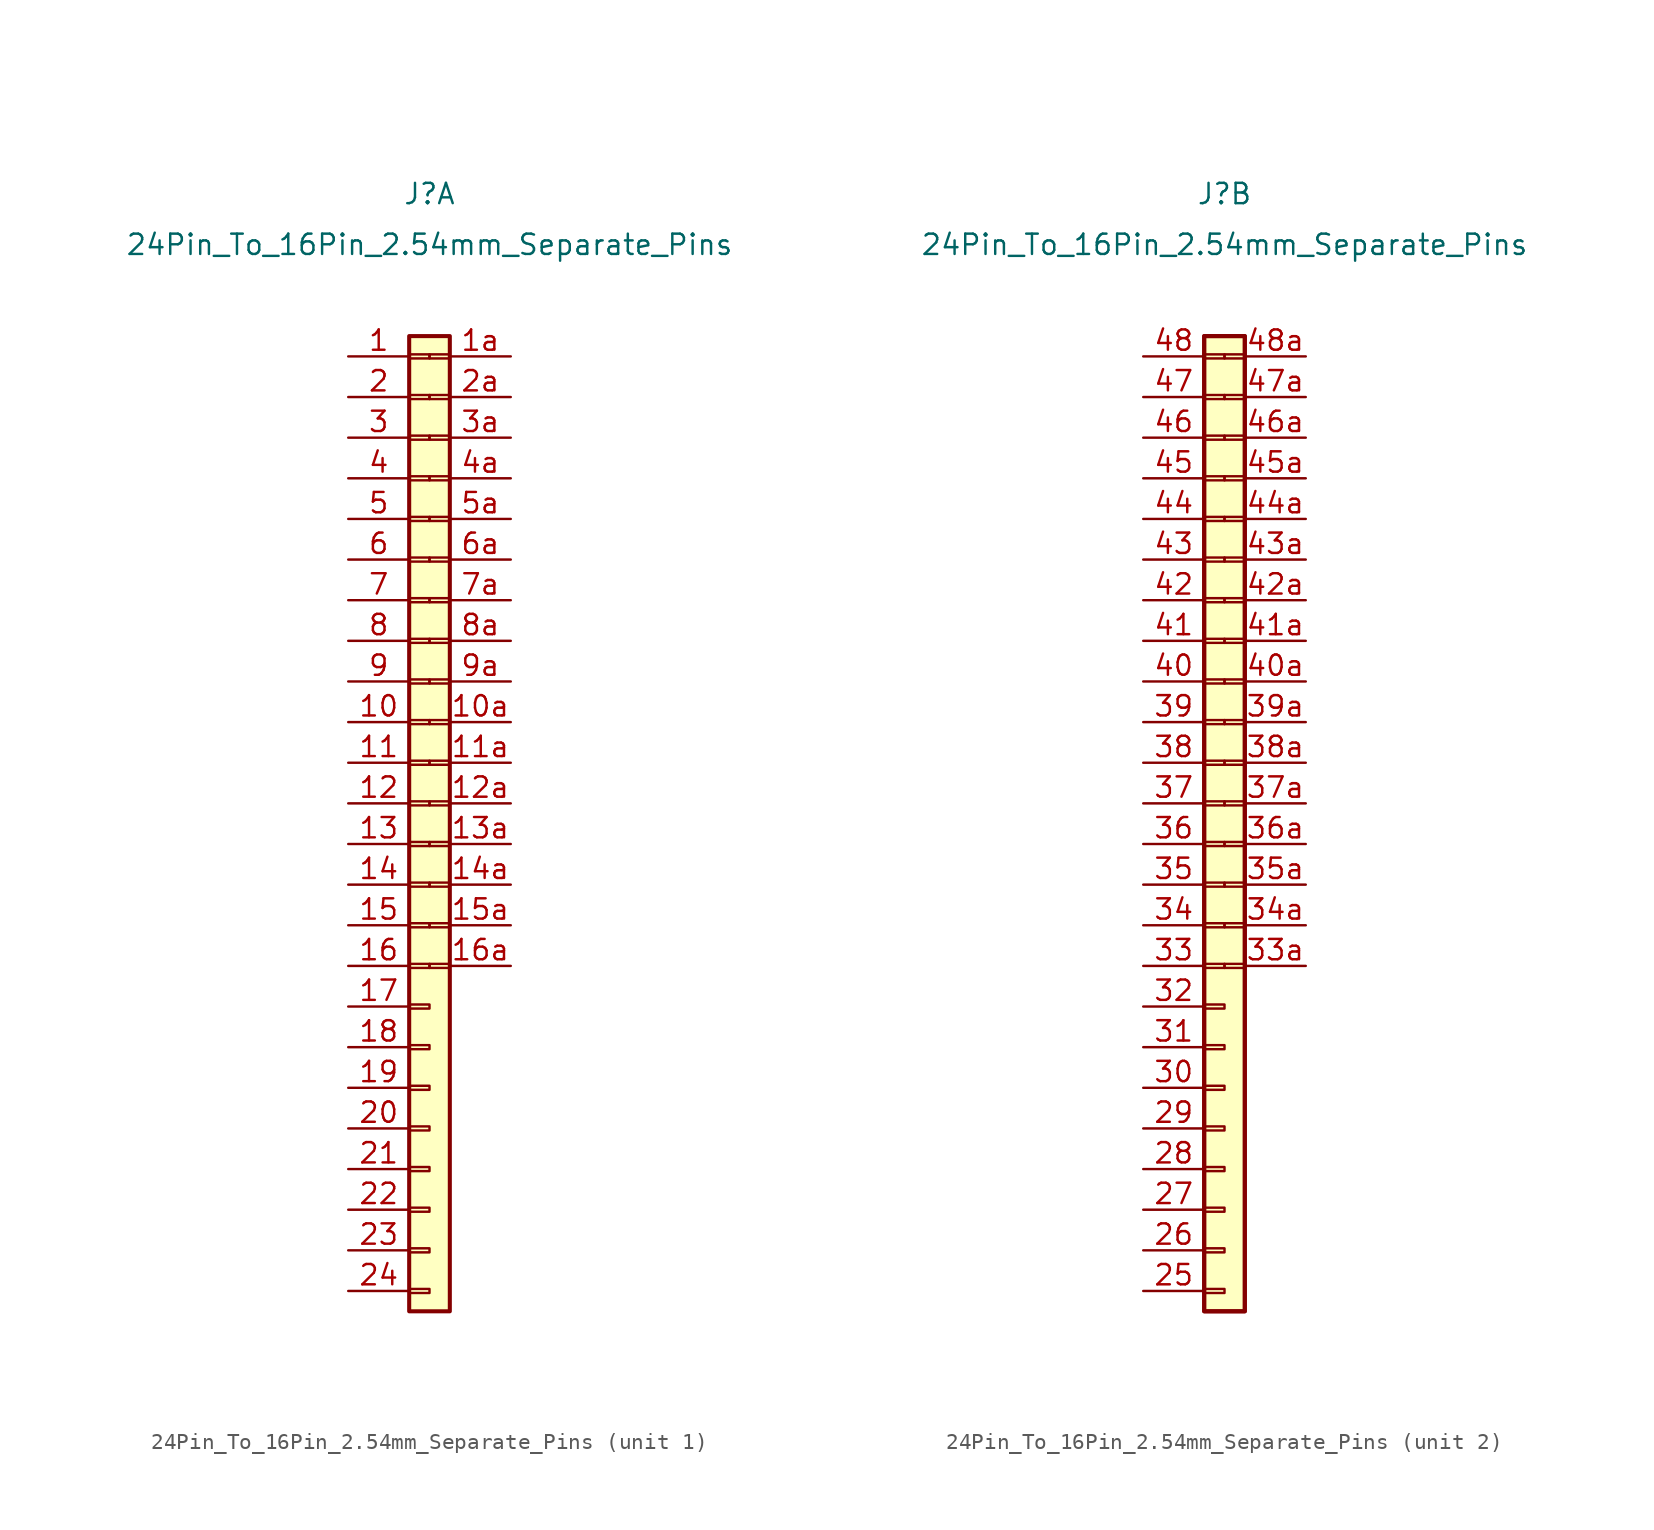
<source format=kicad_sym>
(kicad_symbol_lib
  (version 20211014)
  (generator kicad_symbol_editor)
  (symbol "24Pin_To_16Pin_2.54mm_Separate_Pins"
    (property "Reference" "J"
      (at 0 8.89 0)
      (effects (font (size 1.27 1.27))))
    (property "Value" "24Pin_To_16Pin_2.54mm_Separate_Pins"
      (at 0 5.715 0)
      (effects (font (size 1.27 1.27))))
    (property "ki_locked" ""
      (at 0 0 0)
      (effects (font (size 1.27 1.27))))
    (symbol "24Pin_To_16Pin_2.54mm_Separate_Pins_1_1"
      (rectangle (start -1.27 -59.563) (end 0 -59.817) (stroke (width 0.152) (type default) (color 0 0 0 0)) (fill (type none)))
      (rectangle (start -1.27 -57.023) (end 0 -57.277) (stroke (width 0.152) (type default) (color 0 0 0 0)) (fill (type none)))
      (rectangle (start -1.27 -54.483) (end 0 -54.737) (stroke (width 0.152) (type default) (color 0 0 0 0)) (fill (type none)))
      (rectangle (start -1.27 -51.943) (end 0 -52.197) (stroke (width 0.152) (type default) (color 0 0 0 0)) (fill (type none)))
      (rectangle (start -1.27 -49.403) (end 0 -49.657) (stroke (width 0.152) (type default) (color 0 0 0 0)) (fill (type none)))
      (rectangle (start -1.27 -46.863) (end 0 -47.117) (stroke (width 0.152) (type default) (color 0 0 0 0)) (fill (type none)))
      (rectangle (start -1.27 -44.323) (end 0 -44.577) (stroke (width 0.152) (type default) (color 0 0 0 0)) (fill (type none)))
      (rectangle (start -1.27 -41.783) (end 0 -42.037) (stroke (width 0.152) (type default) (color 0 0 0 0)) (fill (type none)))
      (rectangle (start -1.27 -39.243) (end 0 -39.497) (stroke (width 0.152) (type default) (color 0 0 0 0)) (fill (type none)))
      (rectangle (start -1.27 -36.703) (end 0 -36.957) (stroke (width 0.152) (type default) (color 0 0 0 0)) (fill (type none)))
      (rectangle (start -1.27 -34.163) (end 0 -34.417) (stroke (width 0.152) (type default) (color 0 0 0 0)) (fill (type none)))
      (rectangle (start -1.27 -31.623) (end 0 -31.877) (stroke (width 0.152) (type default) (color 0 0 0 0)) (fill (type none)))
      (rectangle (start -1.27 -29.083) (end 0 -29.337) (stroke (width 0.152) (type default) (color 0 0 0 0)) (fill (type none)))
      (rectangle (start -1.27 -26.543) (end 0 -26.797) (stroke (width 0.152) (type default) (color 0 0 0 0)) (fill (type none)))
      (rectangle (start -1.27 -24.003) (end 0 -24.257) (stroke (width 0.152) (type default) (color 0 0 0 0)) (fill (type none)))
      (rectangle (start -1.27 -21.463) (end 0 -21.717) (stroke (width 0.152) (type default) (color 0 0 0 0)) (fill (type none)))
      (rectangle (start -1.27 -18.923) (end 0 -19.177) (stroke (width 0.152) (type default) (color 0 0 0 0)) (fill (type none)))
      (rectangle (start -1.27 -16.383) (end 0 -16.637) (stroke (width 0.152) (type default) (color 0 0 0 0)) (fill (type none)))
      (rectangle (start -1.27 -13.843) (end 0 -14.097) (stroke (width 0.152) (type default) (color 0 0 0 0)) (fill (type none)))
      (rectangle (start -1.27 -11.303) (end 0 -11.557) (stroke (width 0.152) (type default) (color 0 0 0 0)) (fill (type none)))
      (rectangle (start -1.27 -8.763) (end 0 -9.017) (stroke (width 0.152) (type default) (color 0 0 0 0)) (fill (type none)))
      (rectangle (start -1.27 -6.223) (end 0 -6.477) (stroke (width 0.152) (type default) (color 0 0 0 0)) (fill (type none)))
      (rectangle (start -1.27 -3.683) (end 0 -3.937) (stroke (width 0.152) (type default) (color 0 0 0 0)) (fill (type none)))
      (rectangle (start -1.27 -1.143) (end 0 -1.397) (stroke (width 0.152) (type default) (color 0 0 0 0)) (fill (type none)))
      (rectangle (start -1.27 0) (end 1.27 -60.96) (stroke (width 0.254) (type default) (color 0 0 0 0)) (fill (type background)))
      (rectangle (start 0 -39.497) (end 1.27 -39.243) (stroke (width 0.152) (type default) (color 0 0 0 0)) (fill (type none)))
      (rectangle (start 0 -36.957) (end 1.27 -36.703) (stroke (width 0.152) (type default) (color 0 0 0 0)) (fill (type none)))
      (rectangle (start 0 -34.417) (end 1.27 -34.163) (stroke (width 0.152) (type default) (color 0 0 0 0)) (fill (type none)))
      (rectangle (start 0 -31.877) (end 1.27 -31.623) (stroke (width 0.152) (type default) (color 0 0 0 0)) (fill (type none)))
      (rectangle (start 0 -29.337) (end 1.27 -29.083) (stroke (width 0.152) (type default) (color 0 0 0 0)) (fill (type none)))
      (rectangle (start 0 -26.797) (end 1.27 -26.543) (stroke (width 0.152) (type default) (color 0 0 0 0)) (fill (type none)))
      (rectangle (start 0 -24.257) (end 1.27 -24.003) (stroke (width 0.152) (type default) (color 0 0 0 0)) (fill (type none)))
      (rectangle (start 0 -21.717) (end 1.27 -21.463) (stroke (width 0.152) (type default) (color 0 0 0 0)) (fill (type none)))
      (rectangle (start 0 -19.177) (end 1.27 -18.923) (stroke (width 0.152) (type default) (color 0 0 0 0)) (fill (type none)))
      (rectangle (start 0 -16.637) (end 1.27 -16.383) (stroke (width 0.152) (type default) (color 0 0 0 0)) (fill (type none)))
      (rectangle (start 0 -14.097) (end 1.27 -13.843) (stroke (width 0.152) (type default) (color 0 0 0 0)) (fill (type none)))
      (rectangle (start 0 -11.557) (end 1.27 -11.303) (stroke (width 0.152) (type default) (color 0 0 0 0)) (fill (type none)))
      (rectangle (start 0 -9.017) (end 1.27 -8.763) (stroke (width 0.152) (type default) (color 0 0 0 0)) (fill (type none)))
      (rectangle (start 0 -6.477) (end 1.27 -6.223) (stroke (width 0.152) (type default) (color 0 0 0 0)) (fill (type none)))
      (rectangle (start 0 -3.937) (end 1.27 -3.683) (stroke (width 0.152) (type default) (color 0 0 0 0)) (fill (type none)))
      (rectangle (start 0 -1.397) (end 1.27 -1.143) (stroke (width 0.152) (type default) (color 0 0 0 0)) (fill (type none)))
      (pin passive line (at -5.08 -1.27 0) (length 3.81) (name "" (effects (font (size 1.27 1.27)))) (number "1" (effects (font (size 1.27 1.27)))))
      (pin passive line (at -5.08 -24.13 0) (length 3.81) (name "" (effects (font (size 1.27 1.27)))) (number "10" (effects (font (size 1.27 1.27)))))
      (pin passive line (at 5.08 -24.13 180) (length 3.81) (name "" (effects (font (size 1.27 1.27)))) (number "10a" (effects (font (size 1.27 1.27)))))
      (pin passive line (at -5.08 -26.67 0) (length 3.81) (name "" (effects (font (size 1.27 1.27)))) (number "11" (effects (font (size 1.27 1.27)))))
      (pin passive line (at 5.08 -26.67 180) (length 3.81) (name "" (effects (font (size 1.27 1.27)))) (number "11a" (effects (font (size 1.27 1.27)))))
      (pin passive line (at -5.08 -29.21 0) (length 3.81) (name "" (effects (font (size 1.27 1.27)))) (number "12" (effects (font (size 1.27 1.27)))))
      (pin passive line (at 5.08 -29.21 180) (length 3.81) (name "" (effects (font (size 1.27 1.27)))) (number "12a" (effects (font (size 1.27 1.27)))))
      (pin passive line (at -5.08 -31.75 0) (length 3.81) (name "" (effects (font (size 1.27 1.27)))) (number "13" (effects (font (size 1.27 1.27)))))
      (pin passive line (at 5.08 -31.75 180) (length 3.81) (name "" (effects (font (size 1.27 1.27)))) (number "13a" (effects (font (size 1.27 1.27)))))
      (pin passive line (at -5.08 -34.29 0) (length 3.81) (name "" (effects (font (size 1.27 1.27)))) (number "14" (effects (font (size 1.27 1.27)))))
      (pin passive line (at 5.08 -34.29 180) (length 3.81) (name "" (effects (font (size 1.27 1.27)))) (number "14a" (effects (font (size 1.27 1.27)))))
      (pin passive line (at -5.08 -36.83 0) (length 3.81) (name "" (effects (font (size 1.27 1.27)))) (number "15" (effects (font (size 1.27 1.27)))))
      (pin passive line (at 5.08 -36.83 180) (length 3.81) (name "" (effects (font (size 1.27 1.27)))) (number "15a" (effects (font (size 1.27 1.27)))))
      (pin passive line (at -5.08 -39.37 0) (length 3.81) (name "" (effects (font (size 1.27 1.27)))) (number "16" (effects (font (size 1.27 1.27)))))
      (pin passive line (at 5.08 -39.37 180) (length 3.81) (name "" (effects (font (size 1.27 1.27)))) (number "16a" (effects (font (size 1.27 1.27)))))
      (pin passive line (at -5.08 -41.91 0) (length 3.81) (name "" (effects (font (size 1.27 1.27)))) (number "17" (effects (font (size 1.27 1.27)))))
      (pin passive line (at -5.08 -44.45 0) (length 3.81) (name "" (effects (font (size 1.27 1.27)))) (number "18" (effects (font (size 1.27 1.27)))))
      (pin passive line (at -5.08 -46.99 0) (length 3.81) (name "" (effects (font (size 1.27 1.27)))) (number "19" (effects (font (size 1.27 1.27)))))
      (pin passive line (at 5.08 -1.27 180) (length 3.81) (name "" (effects (font (size 1.27 1.27)))) (number "1a" (effects (font (size 1.27 1.27)))))
      (pin passive line (at -5.08 -3.81 0) (length 3.81) (name "" (effects (font (size 1.27 1.27)))) (number "2" (effects (font (size 1.27 1.27)))))
      (pin passive line (at -5.08 -49.53 0) (length 3.81) (name "" (effects (font (size 1.27 1.27)))) (number "20" (effects (font (size 1.27 1.27)))))
      (pin passive line (at -5.08 -52.07 0) (length 3.81) (name "" (effects (font (size 1.27 1.27)))) (number "21" (effects (font (size 1.27 1.27)))))
      (pin passive line (at -5.08 -54.61 0) (length 3.81) (name "" (effects (font (size 1.27 1.27)))) (number "22" (effects (font (size 1.27 1.27)))))
      (pin passive line (at -5.08 -57.15 0) (length 3.81) (name "" (effects (font (size 1.27 1.27)))) (number "23" (effects (font (size 1.27 1.27)))))
      (pin passive line (at -5.08 -59.69 0) (length 3.81) (name "" (effects (font (size 1.27 1.27)))) (number "24" (effects (font (size 1.27 1.27)))))
      (pin passive line (at 5.08 -3.81 180) (length 3.81) (name "" (effects (font (size 1.27 1.27)))) (number "2a" (effects (font (size 1.27 1.27)))))
      (pin passive line (at -5.08 -6.35 0) (length 3.81) (name "" (effects (font (size 1.27 1.27)))) (number "3" (effects (font (size 1.27 1.27)))))
      (pin passive line (at 5.08 -6.35 180) (length 3.81) (name "" (effects (font (size 1.27 1.27)))) (number "3a" (effects (font (size 1.27 1.27)))))
      (pin passive line (at -5.08 -8.89 0) (length 3.81) (name "" (effects (font (size 1.27 1.27)))) (number "4" (effects (font (size 1.27 1.27)))))
      (pin passive line (at 5.08 -8.89 180) (length 3.81) (name "" (effects (font (size 1.27 1.27)))) (number "4a" (effects (font (size 1.27 1.27)))))
      (pin passive line (at -5.08 -11.43 0) (length 3.81) (name "" (effects (font (size 1.27 1.27)))) (number "5" (effects (font (size 1.27 1.27)))))
      (pin passive line (at 5.08 -11.43 180) (length 3.81) (name "" (effects (font (size 1.27 1.27)))) (number "5a" (effects (font (size 1.27 1.27)))))
      (pin passive line (at -5.08 -13.97 0) (length 3.81) (name "" (effects (font (size 1.27 1.27)))) (number "6" (effects (font (size 1.27 1.27)))))
      (pin passive line (at 5.08 -13.97 180) (length 3.81) (name "" (effects (font (size 1.27 1.27)))) (number "6a" (effects (font (size 1.27 1.27)))))
      (pin passive line (at -5.08 -16.51 0) (length 3.81) (name "" (effects (font (size 1.27 1.27)))) (number "7" (effects (font (size 1.27 1.27)))))
      (pin passive line (at 5.08 -16.51 180) (length 3.81) (name "" (effects (font (size 1.27 1.27)))) (number "7a" (effects (font (size 1.27 1.27)))))
      (pin passive line (at -5.08 -19.05 0) (length 3.81) (name "" (effects (font (size 1.27 1.27)))) (number "8" (effects (font (size 1.27 1.27)))))
      (pin passive line (at 5.08 -19.05 180) (length 3.81) (name "" (effects (font (size 1.27 1.27)))) (number "8a" (effects (font (size 1.27 1.27)))))
      (pin passive line (at -5.08 -21.59 0) (length 3.81) (name "" (effects (font (size 1.27 1.27)))) (number "9" (effects (font (size 1.27 1.27)))))
      (pin passive line (at 5.08 -21.59 180) (length 3.81) (name "" (effects (font (size 1.27 1.27)))) (number "9a" (effects (font (size 1.27 1.27))))))
    (symbol "24Pin_To_16Pin_2.54mm_Separate_Pins_2_1"
      (rectangle (start -1.27 -60.96) (end 1.27 0) (stroke (width 0.254) (type default) (color 0 0 0 0)) (fill (type background)))
      (rectangle (start -1.27 -59.563) (end 0 -59.817) (stroke (width 0.152) (type default) (color 0 0 0 0)) (fill (type none)))
      (rectangle (start -1.27 -57.023) (end 0 -57.277) (stroke (width 0.152) (type default) (color 0 0 0 0)) (fill (type none)))
      (rectangle (start -1.27 -54.483) (end 0 -54.737) (stroke (width 0.152) (type default) (color 0 0 0 0)) (fill (type none)))
      (rectangle (start -1.27 -51.943) (end 0 -52.197) (stroke (width 0.152) (type default) (color 0 0 0 0)) (fill (type none)))
      (rectangle (start -1.27 -49.403) (end 0 -49.657) (stroke (width 0.152) (type default) (color 0 0 0 0)) (fill (type none)))
      (rectangle (start -1.27 -46.863) (end 0 -47.117) (stroke (width 0.152) (type default) (color 0 0 0 0)) (fill (type none)))
      (rectangle (start -1.27 -44.323) (end 0 -44.577) (stroke (width 0.152) (type default) (color 0 0 0 0)) (fill (type none)))
      (rectangle (start -1.27 -41.783) (end 0 -42.037) (stroke (width 0.152) (type default) (color 0 0 0 0)) (fill (type none)))
      (rectangle (start -1.27 -39.243) (end 0 -39.497) (stroke (width 0.152) (type default) (color 0 0 0 0)) (fill (type none)))
      (rectangle (start -1.27 -36.703) (end 0 -36.957) (stroke (width 0.152) (type default) (color 0 0 0 0)) (fill (type none)))
      (rectangle (start -1.27 -34.163) (end 0 -34.417) (stroke (width 0.152) (type default) (color 0 0 0 0)) (fill (type none)))
      (rectangle (start -1.27 -31.623) (end 0 -31.877) (stroke (width 0.152) (type default) (color 0 0 0 0)) (fill (type none)))
      (rectangle (start -1.27 -29.083) (end 0 -29.337) (stroke (width 0.152) (type default) (color 0 0 0 0)) (fill (type none)))
      (rectangle (start -1.27 -26.543) (end 0 -26.797) (stroke (width 0.152) (type default) (color 0 0 0 0)) (fill (type none)))
      (rectangle (start -1.27 -24.003) (end 0 -24.257) (stroke (width 0.152) (type default) (color 0 0 0 0)) (fill (type none)))
      (rectangle (start -1.27 -21.463) (end 0 -21.717) (stroke (width 0.152) (type default) (color 0 0 0 0)) (fill (type none)))
      (rectangle (start -1.27 -18.923) (end 0 -19.177) (stroke (width 0.152) (type default) (color 0 0 0 0)) (fill (type none)))
      (rectangle (start -1.27 -16.383) (end 0 -16.637) (stroke (width 0.152) (type default) (color 0 0 0 0)) (fill (type none)))
      (rectangle (start -1.27 -13.843) (end 0 -14.097) (stroke (width 0.152) (type default) (color 0 0 0 0)) (fill (type none)))
      (rectangle (start -1.27 -11.303) (end 0 -11.557) (stroke (width 0.152) (type default) (color 0 0 0 0)) (fill (type none)))
      (rectangle (start -1.27 -8.763) (end 0 -9.017) (stroke (width 0.152) (type default) (color 0 0 0 0)) (fill (type none)))
      (rectangle (start -1.27 -6.223) (end 0 -6.477) (stroke (width 0.152) (type default) (color 0 0 0 0)) (fill (type none)))
      (rectangle (start -1.27 -3.683) (end 0 -3.937) (stroke (width 0.152) (type default) (color 0 0 0 0)) (fill (type none)))
      (rectangle (start -1.27 -1.143) (end 0 -1.397) (stroke (width 0.152) (type default) (color 0 0 0 0)) (fill (type none)))
      (rectangle (start -1.27 0) (end 1.27 -60.96) (stroke (width 0.254) (type default) (color 0 0 0 0)) (fill (type background)))
      (rectangle (start 0 -39.497) (end 1.27 -39.243) (stroke (width 0.152) (type default) (color 0 0 0 0)) (fill (type none)))
      (rectangle (start 0 -36.957) (end 1.27 -36.703) (stroke (width 0.152) (type default) (color 0 0 0 0)) (fill (type none)))
      (rectangle (start 0 -34.417) (end 1.27 -34.163) (stroke (width 0.152) (type default) (color 0 0 0 0)) (fill (type none)))
      (rectangle (start 0 -31.877) (end 1.27 -31.623) (stroke (width 0.152) (type default) (color 0 0 0 0)) (fill (type none)))
      (rectangle (start 0 -29.337) (end 1.27 -29.083) (stroke (width 0.152) (type default) (color 0 0 0 0)) (fill (type none)))
      (rectangle (start 0 -26.797) (end 1.27 -26.543) (stroke (width 0.152) (type default) (color 0 0 0 0)) (fill (type none)))
      (rectangle (start 0 -24.257) (end 1.27 -24.003) (stroke (width 0.152) (type default) (color 0 0 0 0)) (fill (type none)))
      (rectangle (start 0 -21.717) (end 1.27 -21.463) (stroke (width 0.152) (type default) (color 0 0 0 0)) (fill (type none)))
      (rectangle (start 0 -19.177) (end 1.27 -18.923) (stroke (width 0.152) (type default) (color 0 0 0 0)) (fill (type none)))
      (rectangle (start 0 -16.637) (end 1.27 -16.383) (stroke (width 0.152) (type default) (color 0 0 0 0)) (fill (type none)))
      (rectangle (start 0 -14.097) (end 1.27 -13.843) (stroke (width 0.152) (type default) (color 0 0 0 0)) (fill (type none)))
      (rectangle (start 0 -11.557) (end 1.27 -11.303) (stroke (width 0.152) (type default) (color 0 0 0 0)) (fill (type none)))
      (rectangle (start 0 -9.017) (end 1.27 -8.763) (stroke (width 0.152) (type default) (color 0 0 0 0)) (fill (type none)))
      (rectangle (start 0 -6.477) (end 1.27 -6.223) (stroke (width 0.152) (type default) (color 0 0 0 0)) (fill (type none)))
      (rectangle (start 0 -3.937) (end 1.27 -3.683) (stroke (width 0.152) (type default) (color 0 0 0 0)) (fill (type none)))
      (rectangle (start 0 -1.397) (end 1.27 -1.143) (stroke (width 0.152) (type default) (color 0 0 0 0)) (fill (type none)))
      (pin passive line (at -5.08 -59.69 0) (length 3.81) (name "" (effects (font (size 1.27 1.27)))) (number "25" (effects (font (size 1.27 1.27)))))
      (pin passive line (at -5.08 -57.15 0) (length 3.81) (name "" (effects (font (size 1.27 1.27)))) (number "26" (effects (font (size 1.27 1.27)))))
      (pin passive line (at -5.08 -54.61 0) (length 3.81) (name "" (effects (font (size 1.27 1.27)))) (number "27" (effects (font (size 1.27 1.27)))))
      (pin passive line (at -5.08 -52.07 0) (length 3.81) (name "" (effects (font (size 1.27 1.27)))) (number "28" (effects (font (size 1.27 1.27)))))
      (pin passive line (at -5.08 -49.53 0) (length 3.81) (name "" (effects (font (size 1.27 1.27)))) (number "29" (effects (font (size 1.27 1.27)))))
      (pin passive line (at -5.08 -46.99 0) (length 3.81) (name "" (effects (font (size 1.27 1.27)))) (number "30" (effects (font (size 1.27 1.27)))))
      (pin passive line (at -5.08 -44.45 0) (length 3.81) (name "" (effects (font (size 1.27 1.27)))) (number "31" (effects (font (size 1.27 1.27)))))
      (pin passive line (at -5.08 -41.91 0) (length 3.81) (name "" (effects (font (size 1.27 1.27)))) (number "32" (effects (font (size 1.27 1.27)))))
      (pin passive line (at -5.08 -39.37 0) (length 3.81) (name "" (effects (font (size 1.27 1.27)))) (number "33" (effects (font (size 1.27 1.27)))))
      (pin passive line (at 5.08 -39.37 180) (length 3.81) (name "" (effects (font (size 1.27 1.27)))) (number "33a" (effects (font (size 1.27 1.27)))))
      (pin passive line (at -5.08 -36.83 0) (length 3.81) (name "" (effects (font (size 1.27 1.27)))) (number "34" (effects (font (size 1.27 1.27)))))
      (pin passive line (at 5.08 -36.83 180) (length 3.81) (name "" (effects (font (size 1.27 1.27)))) (number "34a" (effects (font (size 1.27 1.27)))))
      (pin passive line (at -5.08 -34.29 0) (length 3.81) (name "" (effects (font (size 1.27 1.27)))) (number "35" (effects (font (size 1.27 1.27)))))
      (pin passive line (at 5.08 -34.29 180) (length 3.81) (name "" (effects (font (size 1.27 1.27)))) (number "35a" (effects (font (size 1.27 1.27)))))
      (pin passive line (at -5.08 -31.75 0) (length 3.81) (name "" (effects (font (size 1.27 1.27)))) (number "36" (effects (font (size 1.27 1.27)))))
      (pin passive line (at 5.08 -31.75 180) (length 3.81) (name "" (effects (font (size 1.27 1.27)))) (number "36a" (effects (font (size 1.27 1.27)))))
      (pin passive line (at -5.08 -29.21 0) (length 3.81) (name "" (effects (font (size 1.27 1.27)))) (number "37" (effects (font (size 1.27 1.27)))))
      (pin passive line (at 5.08 -29.21 180) (length 3.81) (name "" (effects (font (size 1.27 1.27)))) (number "37a" (effects (font (size 1.27 1.27)))))
      (pin passive line (at -5.08 -26.67 0) (length 3.81) (name "" (effects (font (size 1.27 1.27)))) (number "38" (effects (font (size 1.27 1.27)))))
      (pin passive line (at 5.08 -26.67 180) (length 3.81) (name "" (effects (font (size 1.27 1.27)))) (number "38a" (effects (font (size 1.27 1.27)))))
      (pin passive line (at -5.08 -24.13 0) (length 3.81) (name "" (effects (font (size 1.27 1.27)))) (number "39" (effects (font (size 1.27 1.27)))))
      (pin passive line (at 5.08 -24.13 180) (length 3.81) (name "" (effects (font (size 1.27 1.27)))) (number "39a" (effects (font (size 1.27 1.27)))))
      (pin passive line (at -5.08 -21.59 0) (length 3.81) (name "" (effects (font (size 1.27 1.27)))) (number "40" (effects (font (size 1.27 1.27)))))
      (pin passive line (at 5.08 -21.59 180) (length 3.81) (name "" (effects (font (size 1.27 1.27)))) (number "40a" (effects (font (size 1.27 1.27)))))
      (pin passive line (at -5.08 -19.05 0) (length 3.81) (name "" (effects (font (size 1.27 1.27)))) (number "41" (effects (font (size 1.27 1.27)))))
      (pin passive line (at 5.08 -19.05 180) (length 3.81) (name "" (effects (font (size 1.27 1.27)))) (number "41a" (effects (font (size 1.27 1.27)))))
      (pin passive line (at -5.08 -16.51 0) (length 3.81) (name "" (effects (font (size 1.27 1.27)))) (number "42" (effects (font (size 1.27 1.27)))))
      (pin passive line (at 5.08 -16.51 180) (length 3.81) (name "" (effects (font (size 1.27 1.27)))) (number "42a" (effects (font (size 1.27 1.27)))))
      (pin passive line (at -5.08 -13.97 0) (length 3.81) (name "" (effects (font (size 1.27 1.27)))) (number "43" (effects (font (size 1.27 1.27)))))
      (pin passive line (at 5.08 -13.97 180) (length 3.81) (name "" (effects (font (size 1.27 1.27)))) (number "43a" (effects (font (size 1.27 1.27)))))
      (pin passive line (at -5.08 -11.43 0) (length 3.81) (name "" (effects (font (size 1.27 1.27)))) (number "44" (effects (font (size 1.27 1.27)))))
      (pin passive line (at 5.08 -11.43 180) (length 3.81) (name "" (effects (font (size 1.27 1.27)))) (number "44a" (effects (font (size 1.27 1.27)))))
      (pin passive line (at -5.08 -8.89 0) (length 3.81) (name "" (effects (font (size 1.27 1.27)))) (number "45" (effects (font (size 1.27 1.27)))))
      (pin passive line (at 5.08 -8.89 180) (length 3.81) (name "" (effects (font (size 1.27 1.27)))) (number "45a" (effects (font (size 1.27 1.27)))))
      (pin passive line (at -5.08 -6.35 0) (length 3.81) (name "" (effects (font (size 1.27 1.27)))) (number "46" (effects (font (size 1.27 1.27)))))
      (pin passive line (at 5.08 -6.35 180) (length 3.81) (name "" (effects (font (size 1.27 1.27)))) (number "46a" (effects (font (size 1.27 1.27)))))
      (pin passive line (at -5.08 -3.81 0) (length 3.81) (name "" (effects (font (size 1.27 1.27)))) (number "47" (effects (font (size 1.27 1.27)))))
      (pin passive line (at 5.08 -3.81 180) (length 3.81) (name "" (effects (font (size 1.27 1.27)))) (number "47a" (effects (font (size 1.27 1.27)))))
      (pin passive line (at -5.08 -1.27 0) (length 3.81) (name "" (effects (font (size 1.27 1.27)))) (number "48" (effects (font (size 1.27 1.27)))))
      (pin passive line (at 5.08 -1.27 180) (length 3.81) (name "" (effects (font (size 1.27 1.27)))) (number "48a" (effects (font (size 1.27 1.27))))))))
</source>
